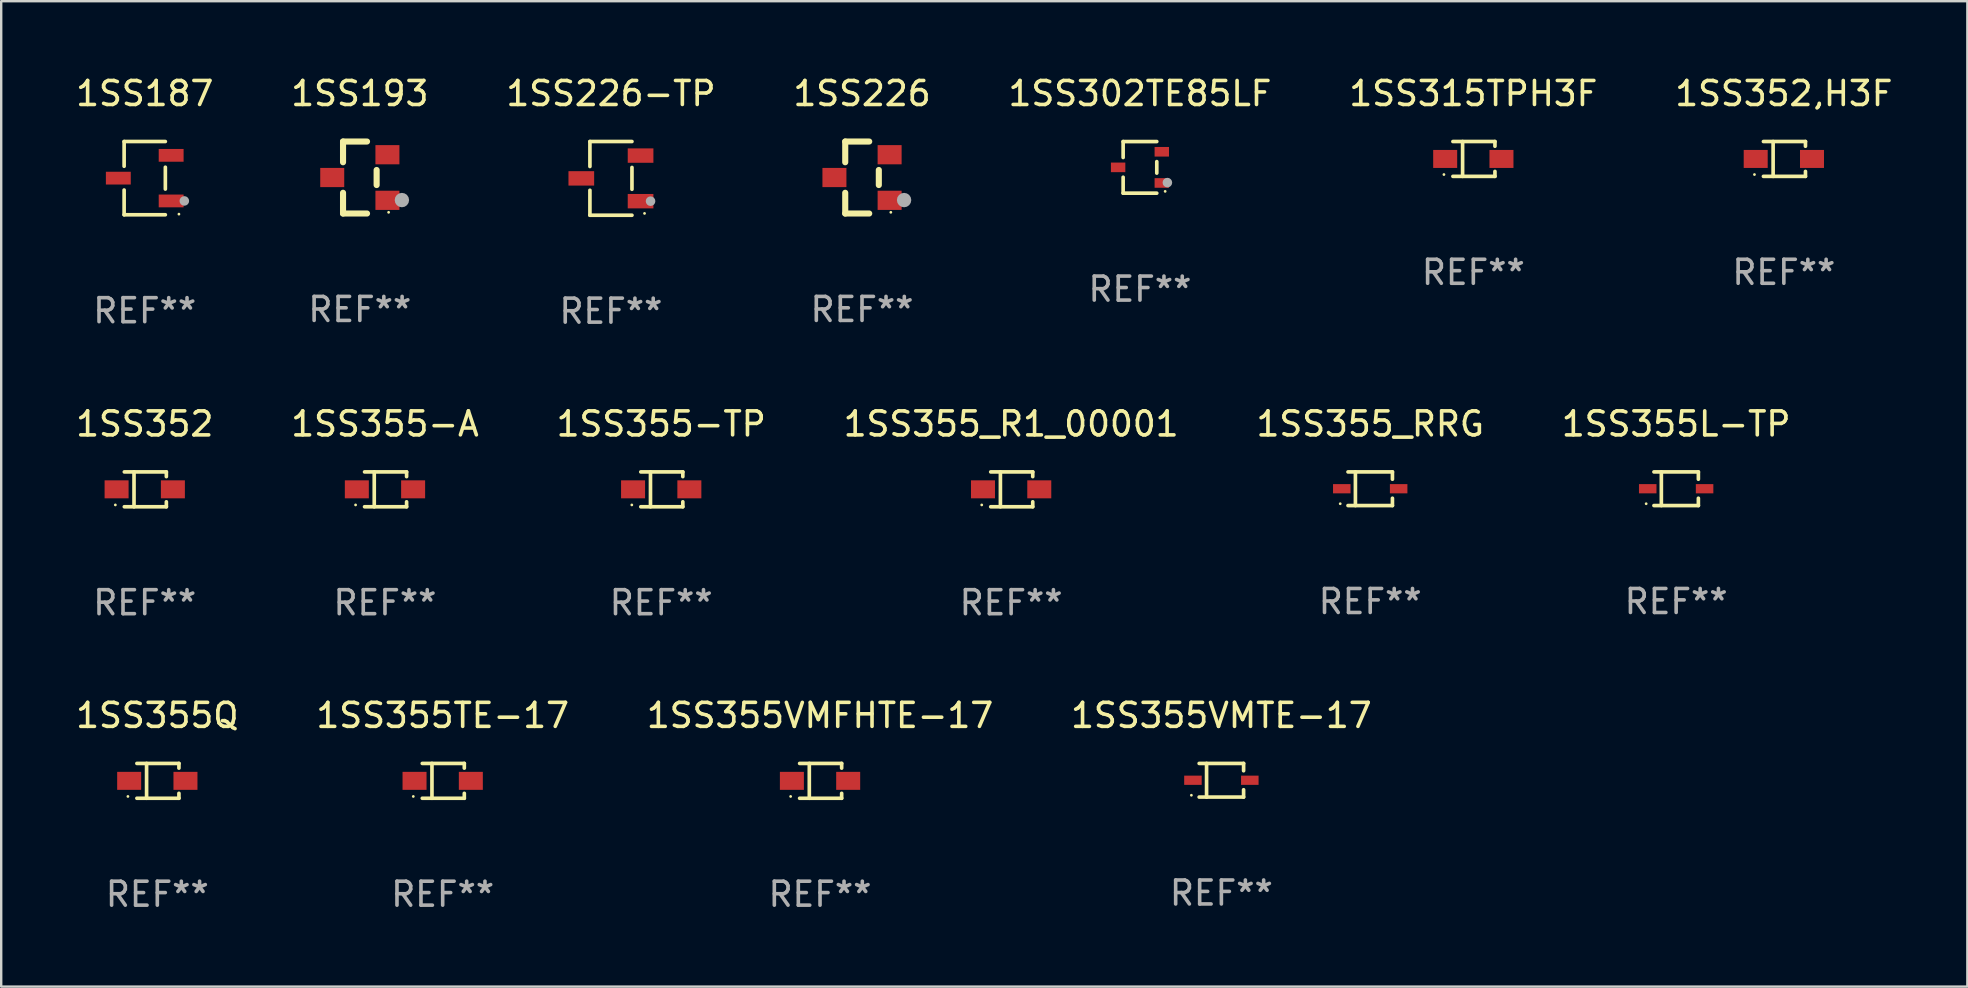
<source format=kicad_pcb>
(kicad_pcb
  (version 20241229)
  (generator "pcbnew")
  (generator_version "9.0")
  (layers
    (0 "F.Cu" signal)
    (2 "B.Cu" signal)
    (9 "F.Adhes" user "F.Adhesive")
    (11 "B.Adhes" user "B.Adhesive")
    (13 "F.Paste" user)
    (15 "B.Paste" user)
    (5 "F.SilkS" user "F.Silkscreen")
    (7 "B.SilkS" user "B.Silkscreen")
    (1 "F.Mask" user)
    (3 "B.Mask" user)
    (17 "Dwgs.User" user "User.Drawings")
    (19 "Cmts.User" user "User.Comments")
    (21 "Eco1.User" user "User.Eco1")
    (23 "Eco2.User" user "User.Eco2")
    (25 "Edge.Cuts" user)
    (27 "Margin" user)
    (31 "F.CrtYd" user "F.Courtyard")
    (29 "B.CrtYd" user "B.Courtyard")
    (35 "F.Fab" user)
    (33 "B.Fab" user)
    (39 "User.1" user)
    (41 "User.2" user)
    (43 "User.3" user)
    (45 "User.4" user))
  (footprint "1SS315TPH3F"
    (layer "F.Cu")
    (at 58.351 3.574)
    (property "Reference" "1SS315TPH3F" (at 0 -2.726 0) (layer "F.SilkS") (effects (font (size 1 1) (thickness 0.15))))
    (attr through_hole)
    (fp_line (start -0.851 -0.726) (end 0.901 -0.726) (stroke (width 0.152) (type solid)) (layer "F.SilkS"))
    (fp_line (start -0.851 0.726) (end 0.901 0.726) (stroke (width 0.152) (type solid)) (layer "F.SilkS"))
    (fp_line (start -0.447 -0.726) (end -0.447 0.726) (stroke (width 0.152) (type solid)) (layer "F.SilkS"))
    (fp_line (start 0.901 -0.726) (end 0.901 -0.53) (stroke (width 0.152) (type solid)) (layer "F.SilkS"))
    (fp_line (start 0.901 0.726) (end 0.901 0.52) (stroke (width 0.152) (type solid)) (layer "F.SilkS"))
    (fp_circle (center -1.225 0.65) (end -1.195 0.65) (stroke (width 0.06) (type solid)) (fill no) (layer "F.SilkS"))
    (fp_text user "REF**" (at 0 4.726 0) (layer "F.Fab") (effects (font (size 1 1) (thickness 0.15))))
    (pad "1" smd rect (at -1.173 0) (size 1 0.75) (layers "F.Cu" "F.Mask" "F.Paste"))
    (pad "2" smd rect (at 1.173 0) (size 1 0.75) (layers "F.Cu" "F.Mask" "F.Paste")))
  (footprint "1SS355Q"
    (layer "F.Cu")
    (at 3.506 29.492)
    (property "Reference" "1SS355Q" (at 0 -2.726 0) (layer "F.SilkS") (effects (font (size 1 1) (thickness 0.15))))
    (attr through_hole)
    (fp_line (start -0.851 -0.726) (end 0.901 -0.726) (stroke (width 0.152) (type solid)) (layer "F.SilkS"))
    (fp_line (start -0.851 0.726) (end 0.901 0.726) (stroke (width 0.152) (type solid)) (layer "F.SilkS"))
    (fp_line (start -0.447 -0.726) (end -0.447 0.726) (stroke (width 0.152) (type solid)) (layer "F.SilkS"))
    (fp_line (start 0.901 -0.726) (end 0.901 -0.53) (stroke (width 0.152) (type solid)) (layer "F.SilkS"))
    (fp_line (start 0.901 0.726) (end 0.901 0.52) (stroke (width 0.152) (type solid)) (layer "F.SilkS"))
    (fp_circle (center -1.225 0.65) (end -1.195 0.65) (stroke (width 0.06) (type solid)) (fill no) (layer "F.SilkS"))
    (fp_text user "REF**" (at 0 4.726 0) (layer "F.Fab") (effects (font (size 1 1) (thickness 0.15))))
    (pad "1" smd rect (at -1.173 0) (size 1 0.75) (layers "F.Cu" "F.Mask" "F.Paste"))
    (pad "2" smd rect (at 1.173 0) (size 1 0.75) (layers "F.Cu" "F.Mask" "F.Paste")))
  (footprint "1SS355-TP"
    (layer "F.Cu")
    (at 24.506 17.343)
    (property "Reference" "1SS355-TP" (at 0 -2.726 0) (layer "F.SilkS") (effects (font (size 1 1) (thickness 0.15))))
    (attr through_hole)
    (fp_line (start -0.851 -0.726) (end 0.901 -0.726) (stroke (width 0.152) (type solid)) (layer "F.SilkS"))
    (fp_line (start -0.851 0.726) (end 0.901 0.726) (stroke (width 0.152) (type solid)) (layer "F.SilkS"))
    (fp_line (start -0.447 -0.726) (end -0.447 0.726) (stroke (width 0.152) (type solid)) (layer "F.SilkS"))
    (fp_line (start 0.901 -0.726) (end 0.901 -0.53) (stroke (width 0.152) (type solid)) (layer "F.SilkS"))
    (fp_line (start 0.901 0.726) (end 0.901 0.52) (stroke (width 0.152) (type solid)) (layer "F.SilkS"))
    (fp_circle (center -1.225 0.65) (end -1.195 0.65) (stroke (width 0.06) (type solid)) (fill no) (layer "F.SilkS"))
    (fp_text user "REF**" (at 0 4.726 0) (layer "F.Fab") (effects (font (size 1 1) (thickness 0.15))))
    (pad "1" smd rect (at -1.173 0) (size 1 0.75) (layers "F.Cu" "F.Mask" "F.Paste"))
    (pad "2" smd rect (at 1.173 0) (size 1 0.75) (layers "F.Cu" "F.Mask" "F.Paste")))
  (footprint "1SS193"
    (layer "F.Cu")
    (at 11.946 4.348)
    (property "Reference" "1SS193" (at 0 -3.5 0) (layer "F.SilkS") (effects (font (size 1 1) (thickness 0.15))))
    (attr through_hole)
    (fp_line (start -0.7 -1.5) (end 0.3 -1.5) (stroke (width 0.254) (type solid)) (layer "F.SilkS"))
    (fp_line (start -0.7 -0.636) (end -0.7 -1.5) (stroke (width 0.254) (type solid)) (layer "F.SilkS"))
    (fp_line (start -0.7 1.5) (end -0.7 0.636) (stroke (width 0.254) (type solid)) (layer "F.SilkS"))
    (fp_line (start -0.7 1.5) (end 0.3 1.5) (stroke (width 0.254) (type solid)) (layer "F.SilkS"))
    (fp_line (start 0.7 0.314) (end 0.7 -0.314) (stroke (width 0.254) (type solid)) (layer "F.SilkS"))
    (fp_circle (center 1.2 1.45) (end 1.23 1.45) (stroke (width 0.06) (type solid)) (fill no) (layer "F.SilkS"))
    (fp_circle (center 1.753 0.94) (end 1.903 0.94) (stroke (width 0.3) (type solid)) (fill no) (layer "F.Fab"))
    (fp_text user "REF**" (at 0 5.5 0) (layer "F.Fab") (effects (font (size 1 1) (thickness 0.15))))
    (pad "1" smd rect (at 1.15 0.95 180) (size 1 0.8) (layers "F.Cu" "F.Mask" "F.Paste"))
    (pad "2" smd rect (at 1.15 -0.95 180) (size 1 0.8) (layers "F.Cu" "F.Mask" "F.Paste"))
    (pad "3" smd rect (at -1.15 -0.000051 180) (size 1 0.8) (layers "F.Cu" "F.Mask" "F.Paste")))
  (footprint "1SS302TE85LF"
    (layer "F.Cu")
    (at 44.458 3.925)
    (property "Reference" "1SS302TE85LF" (at 0 -3.076 0) (layer "F.SilkS") (effects (font (size 1 1) (thickness 0.15))))
    (attr through_hole)
    (fp_line (start -0.701 -1.076) (end -0.701 -0.411) (stroke (width 0.152) (type solid)) (layer "F.SilkS"))
    (fp_line (start -0.701 1.076) (end -0.701 0.411) (stroke (width 0.152) (type solid)) (layer "F.SilkS"))
    (fp_line (start 0.701 -1.076) (end -0.701 -1.076) (stroke (width 0.152) (type solid)) (layer "F.SilkS"))
    (fp_line (start 0.701 -0.239) (end 0.701 0.239) (stroke (width 0.152) (type solid)) (layer "F.SilkS"))
    (fp_line (start 0.701 1.076) (end -0.701 1.076) (stroke (width 0.152) (type solid)) (layer "F.SilkS"))
    (fp_circle (center 1.05 1) (end 1.08 1) (stroke (width 0.06) (type solid)) (fill no) (layer "F.SilkS"))
    (fp_circle (center 1.143 0.635) (end 1.243 0.635) (stroke (width 0.2) (type solid)) (fill no) (layer "F.Fab"))
    (fp_text user "REF**" (at 0 5.076 0) (layer "F.Fab") (effects (font (size 1 1) (thickness 0.15))))
    (pad "1" smd rect (at 0.91 0.65) (size 0.6 0.4) (layers "F.Cu" "F.Mask" "F.Paste"))
    (pad "2" smd rect (at 0.91 -0.65) (size 0.6 0.4) (layers "F.Cu" "F.Mask" "F.Paste"))
    (pad "3" smd rect (at -0.91 0) (size 0.6 0.4) (layers "F.Cu" "F.Mask" "F.Paste")))
  (footprint "1SS226"
    (layer "F.Cu")
    (at 32.875 4.348)
    (property "Reference" "1SS226" (at 0 -3.5 0) (layer "F.SilkS") (effects (font (size 1 1) (thickness 0.15))))
    (attr through_hole)
    (fp_line (start -0.7 -1.5) (end 0.3 -1.5) (stroke (width 0.254) (type solid)) (layer "F.SilkS"))
    (fp_line (start -0.7 -0.636) (end -0.7 -1.5) (stroke (width 0.254) (type solid)) (layer "F.SilkS"))
    (fp_line (start -0.7 1.5) (end -0.7 0.636) (stroke (width 0.254) (type solid)) (layer "F.SilkS"))
    (fp_line (start -0.7 1.5) (end 0.3 1.5) (stroke (width 0.254) (type solid)) (layer "F.SilkS"))
    (fp_line (start 0.7 0.314) (end 0.7 -0.314) (stroke (width 0.254) (type solid)) (layer "F.SilkS"))
    (fp_circle (center 1.2 1.45) (end 1.23 1.45) (stroke (width 0.06) (type solid)) (fill no) (layer "F.SilkS"))
    (fp_circle (center 1.753 0.94) (end 1.903 0.94) (stroke (width 0.3) (type solid)) (fill no) (layer "F.Fab"))
    (fp_text user "REF**" (at 0 5.5 0) (layer "F.Fab") (effects (font (size 1 1) (thickness 0.15))))
    (pad "1" smd rect (at 1.15 0.95 180) (size 1 0.8) (layers "F.Cu" "F.Mask" "F.Paste"))
    (pad "2" smd rect (at 1.15 -0.95 180) (size 1 0.8) (layers "F.Cu" "F.Mask" "F.Paste"))
    (pad "3" smd rect (at -1.15 -0.000051 180) (size 1 0.8) (layers "F.Cu" "F.Mask" "F.Paste")))
  (footprint "1SS355_RRG"
    (layer "F.Cu")
    (at 54.054 17.318)
    (property "Reference" "1SS355_RRG" (at 0 -2.701 0) (layer "F.SilkS") (effects (font (size 1 1) (thickness 0.15))))
    (attr through_hole)
    (fp_line (start -0.926 -0.701) (end 0.926 -0.701) (stroke (width 0.152) (type solid)) (layer "F.SilkS"))
    (fp_line (start -0.926 0.701) (end 0.926 0.701) (stroke (width 0.152) (type solid)) (layer "F.SilkS"))
    (fp_line (start -0.617 -0.701) (end -0.617 0.701) (stroke (width 0.152) (type solid)) (layer "F.SilkS"))
    (fp_line (start 0.926 -0.701) (end 0.926 -0.396) (stroke (width 0.152) (type solid)) (layer "F.SilkS"))
    (fp_line (start 0.926 0.701) (end 0.926 0.396) (stroke (width 0.152) (type solid)) (layer "F.SilkS"))
    (fp_circle (center -1.25 0.625) (end -1.22 0.625) (stroke (width 0.06) (type solid)) (fill no) (layer "F.SilkS"))
    (fp_text user "REF**" (at 0 4.701 0) (layer "F.Fab") (effects (font (size 1 1) (thickness 0.15))))
    (pad "1" smd rect (at -1.185 0 180) (size 0.73 0.385) (layers "F.Cu" "F.Mask" "F.Paste"))
    (pad "2" smd rect (at 1.185 0 180) (size 0.73 0.385) (layers "F.Cu" "F.Mask" "F.Paste")))
  (footprint "1SS355-A"
    (layer "F.Cu")
    (at 12.994 17.343)
    (property "Reference" "1SS355-A" (at 0 -2.726 0) (layer "F.SilkS") (effects (font (size 1 1) (thickness 0.15))))
    (attr through_hole)
    (fp_line (start -0.851 -0.726) (end 0.901 -0.726) (stroke (width 0.152) (type solid)) (layer "F.SilkS"))
    (fp_line (start -0.851 0.726) (end 0.901 0.726) (stroke (width 0.152) (type solid)) (layer "F.SilkS"))
    (fp_line (start -0.447 -0.726) (end -0.447 0.726) (stroke (width 0.152) (type solid)) (layer "F.SilkS"))
    (fp_line (start 0.901 -0.726) (end 0.901 -0.53) (stroke (width 0.152) (type solid)) (layer "F.SilkS"))
    (fp_line (start 0.901 0.726) (end 0.901 0.52) (stroke (width 0.152) (type solid)) (layer "F.SilkS"))
    (fp_circle (center -1.225 0.65) (end -1.195 0.65) (stroke (width 0.06) (type solid)) (fill no) (layer "F.SilkS"))
    (fp_text user "REF**" (at 0 4.726 0) (layer "F.Fab") (effects (font (size 1 1) (thickness 0.15))))
    (pad "1" smd rect (at -1.173 0) (size 1 0.75) (layers "F.Cu" "F.Mask" "F.Paste"))
    (pad "2" smd rect (at 1.173 0) (size 1 0.75) (layers "F.Cu" "F.Mask" "F.Paste")))
  (footprint "1SS355TE-17"
    (layer "F.Cu")
    (at 15.399 29.492)
    (property "Reference" "1SS355TE-17" (at 0 -2.726 0) (layer "F.SilkS") (effects (font (size 1 1) (thickness 0.15))))
    (attr through_hole)
    (fp_line (start -0.851 -0.726) (end 0.901 -0.726) (stroke (width 0.152) (type solid)) (layer "F.SilkS"))
    (fp_line (start -0.851 0.726) (end 0.901 0.726) (stroke (width 0.152) (type solid)) (layer "F.SilkS"))
    (fp_line (start -0.447 -0.726) (end -0.447 0.726) (stroke (width 0.152) (type solid)) (layer "F.SilkS"))
    (fp_line (start 0.901 -0.726) (end 0.901 -0.53) (stroke (width 0.152) (type solid)) (layer "F.SilkS"))
    (fp_line (start 0.901 0.726) (end 0.901 0.52) (stroke (width 0.152) (type solid)) (layer "F.SilkS"))
    (fp_circle (center -1.225 0.65) (end -1.195 0.65) (stroke (width 0.06) (type solid)) (fill no) (layer "F.SilkS"))
    (fp_text user "REF**" (at 0 4.726 0) (layer "F.Fab") (effects (font (size 1 1) (thickness 0.15))))
    (pad "1" smd rect (at -1.173 0) (size 1 0.75) (layers "F.Cu" "F.Mask" "F.Paste"))
    (pad "2" smd rect (at 1.173 0) (size 1 0.75) (layers "F.Cu" "F.Mask" "F.Paste")))
  (footprint "1SS187"
    (layer "F.Cu")
    (at 2.982 4.374)
    (property "Reference" "1SS187" (at 0 -3.526 0) (layer "F.SilkS") (effects (font (size 1 1) (thickness 0.15))))
    (attr through_hole)
    (fp_line (start -0.859 -1.526) (end -0.859 -0.495) (stroke (width 0.152) (type solid)) (layer "F.SilkS"))
    (fp_line (start -0.859 1.526) (end -0.859 0.495) (stroke (width 0.152) (type solid)) (layer "F.SilkS"))
    (fp_line (start 0.859 -1.526) (end -0.859 -1.526) (stroke (width 0.152) (type solid)) (layer "F.SilkS"))
    (fp_line (start 0.859 -0.455) (end 0.859 0.455) (stroke (width 0.152) (type solid)) (layer "F.SilkS"))
    (fp_line (start 0.859 1.526) (end -0.859 1.526) (stroke (width 0.152) (type solid)) (layer "F.SilkS"))
    (fp_circle (center 1.425 1.5) (end 1.455 1.5) (stroke (width 0.06) (type solid)) (fill no) (layer "F.SilkS"))
    (fp_circle (center 1.65 0.95) (end 1.75 0.95) (stroke (width 0.2) (type solid)) (fill no) (layer "F.Fab"))
    (fp_text user "REF**" (at 0 5.526 0) (layer "F.Fab") (effects (font (size 1 1) (thickness 0.15))))
    (pad "1" smd rect (at 1.101 0.95) (size 1.037 0.532) (layers "F.Cu" "F.Mask" "F.Paste"))
    (pad "2" smd rect (at 1.101 -0.95) (size 1.037 0.532) (layers "F.Cu" "F.Mask" "F.Paste"))
    (pad "3" smd rect (at -1.101 0) (size 1.037 0.532) (layers "F.Cu" "F.Mask" "F.Paste")))
  (footprint "1SS226-TP"
    (layer "F.Cu")
    (at 22.411 4.384)
    (property "Reference" "1SS226-TP" (at 0 -3.536 0) (layer "F.SilkS") (effects (font (size 1 1) (thickness 0.15))))
    (attr through_hole)
    (fp_line (start -0.876 -1.536) (end -0.876 -0.495) (stroke (width 0.152) (type solid)) (layer "F.SilkS"))
    (fp_line (start -0.876 1.536) (end -0.876 0.495) (stroke (width 0.152) (type solid)) (layer "F.SilkS"))
    (fp_line (start 0.876 -1.536) (end -0.876 -1.536) (stroke (width 0.152) (type solid)) (layer "F.SilkS"))
    (fp_line (start 0.876 -0.455) (end 0.876 0.455) (stroke (width 0.152) (type solid)) (layer "F.SilkS"))
    (fp_line (start 0.876 1.536) (end -0.876 1.536) (stroke (width 0.152) (type solid)) (layer "F.SilkS"))
    (fp_circle (center 1.4 1.46) (end 1.43 1.46) (stroke (width 0.06) (type solid)) (fill no) (layer "F.SilkS"))
    (fp_circle (center 1.651 0.95) (end 1.751 0.95) (stroke (width 0.2) (type solid)) (fill no) (layer "F.Fab"))
    (fp_text user "REF**" (at 0 5.536 0) (layer "F.Fab") (effects (font (size 1 1) (thickness 0.15))))
    (pad "1" smd rect (at 1.235 0.95) (size 1.07 0.6) (layers "F.Cu" "F.Mask" "F.Paste"))
    (pad "2" smd rect (at 1.235 -0.95) (size 1.07 0.6) (layers "F.Cu" "F.Mask" "F.Paste"))
    (pad "3" smd rect (at -1.235 0) (size 1.07 0.6) (layers "F.Cu" "F.Mask" "F.Paste")))
  (footprint "1SS355L-TP"
    (layer "F.Cu")
    (at 66.804 17.318)
    (property "Reference" "1SS355L-TP" (at 0 -2.701 0) (layer "F.SilkS") (effects (font (size 1 1) (thickness 0.15))))
    (attr through_hole)
    (fp_line (start -0.926 -0.701) (end 0.926 -0.701) (stroke (width 0.152) (type solid)) (layer "F.SilkS"))
    (fp_line (start -0.926 0.701) (end 0.926 0.701) (stroke (width 0.152) (type solid)) (layer "F.SilkS"))
    (fp_line (start -0.617 -0.701) (end -0.617 0.701) (stroke (width 0.152) (type solid)) (layer "F.SilkS"))
    (fp_line (start 0.926 -0.701) (end 0.926 -0.396) (stroke (width 0.152) (type solid)) (layer "F.SilkS"))
    (fp_line (start 0.926 0.701) (end 0.926 0.396) (stroke (width 0.152) (type solid)) (layer "F.SilkS"))
    (fp_circle (center -1.25 0.625) (end -1.22 0.625) (stroke (width 0.06) (type solid)) (fill no) (layer "F.SilkS"))
    (fp_text user "REF**" (at 0 4.701 0) (layer "F.Fab") (effects (font (size 1 1) (thickness 0.15))))
    (pad "1" smd rect (at -1.185 0 180) (size 0.73 0.385) (layers "F.Cu" "F.Mask" "F.Paste"))
    (pad "2" smd rect (at 1.185 0 180) (size 0.73 0.385) (layers "F.Cu" "F.Mask" "F.Paste")))
  (footprint "1SS355VMFHTE-17"
    (layer "F.Cu")
    (at 31.125 29.492)
    (property "Reference" "1SS355VMFHTE-17" (at 0 -2.726 0) (layer "F.SilkS") (effects (font (size 1 1) (thickness 0.15))))
    (attr through_hole)
    (fp_line (start -0.851 -0.726) (end 0.901 -0.726) (stroke (width 0.152) (type solid)) (layer "F.SilkS"))
    (fp_line (start -0.851 0.726) (end 0.901 0.726) (stroke (width 0.152) (type solid)) (layer "F.SilkS"))
    (fp_line (start -0.447 -0.726) (end -0.447 0.726) (stroke (width 0.152) (type solid)) (layer "F.SilkS"))
    (fp_line (start 0.901 -0.726) (end 0.901 -0.53) (stroke (width 0.152) (type solid)) (layer "F.SilkS"))
    (fp_line (start 0.901 0.726) (end 0.901 0.52) (stroke (width 0.152) (type solid)) (layer "F.SilkS"))
    (fp_circle (center -1.225 0.65) (end -1.195 0.65) (stroke (width 0.06) (type solid)) (fill no) (layer "F.SilkS"))
    (fp_text user "REF**" (at 0 4.726 0) (layer "F.Fab") (effects (font (size 1 1) (thickness 0.15))))
    (pad "1" smd rect (at -1.173 0) (size 1 0.75) (layers "F.Cu" "F.Mask" "F.Paste"))
    (pad "2" smd rect (at 1.173 0) (size 1 0.75) (layers "F.Cu" "F.Mask" "F.Paste")))
  (footprint "1SS355_R1_00001"
    (layer "F.Cu")
    (at 39.089 17.343)
    (property "Reference" "1SS355_R1_00001" (at 0 -2.726 0) (layer "F.SilkS") (effects (font (size 1 1) (thickness 0.15))))
    (attr through_hole)
    (fp_line (start -0.851 -0.726) (end 0.901 -0.726) (stroke (width 0.152) (type solid)) (layer "F.SilkS"))
    (fp_line (start -0.851 0.726) (end 0.901 0.726) (stroke (width 0.152) (type solid)) (layer "F.SilkS"))
    (fp_line (start -0.447 -0.726) (end -0.447 0.726) (stroke (width 0.152) (type solid)) (layer "F.SilkS"))
    (fp_line (start 0.901 -0.726) (end 0.901 -0.53) (stroke (width 0.152) (type solid)) (layer "F.SilkS"))
    (fp_line (start 0.901 0.726) (end 0.901 0.52) (stroke (width 0.152) (type solid)) (layer "F.SilkS"))
    (fp_circle (center -1.225 0.65) (end -1.195 0.65) (stroke (width 0.06) (type solid)) (fill no) (layer "F.SilkS"))
    (fp_text user "REF**" (at 0 4.726 0) (layer "F.Fab") (effects (font (size 1 1) (thickness 0.15))))
    (pad "1" smd rect (at -1.173 0) (size 1 0.75) (layers "F.Cu" "F.Mask" "F.Paste"))
    (pad "2" smd rect (at 1.173 0) (size 1 0.75) (layers "F.Cu" "F.Mask" "F.Paste")))
  (footprint "1SS352,H3F"
    (layer "F.Cu")
    (at 71.292 3.574)
    (property "Reference" "1SS352,H3F" (at 0 -2.726 0) (layer "F.SilkS") (effects (font (size 1 1) (thickness 0.15))))
    (attr through_hole)
    (fp_line (start -0.851 -0.726) (end 0.901 -0.726) (stroke (width 0.152) (type solid)) (layer "F.SilkS"))
    (fp_line (start -0.851 0.726) (end 0.901 0.726) (stroke (width 0.152) (type solid)) (layer "F.SilkS"))
    (fp_line (start -0.447 -0.726) (end -0.447 0.726) (stroke (width 0.152) (type solid)) (layer "F.SilkS"))
    (fp_line (start 0.901 -0.726) (end 0.901 -0.53) (stroke (width 0.152) (type solid)) (layer "F.SilkS"))
    (fp_line (start 0.901 0.726) (end 0.901 0.52) (stroke (width 0.152) (type solid)) (layer "F.SilkS"))
    (fp_circle (center -1.225 0.65) (end -1.195 0.65) (stroke (width 0.06) (type solid)) (fill no) (layer "F.SilkS"))
    (fp_text user "REF**" (at 0 4.726 0) (layer "F.Fab") (effects (font (size 1 1) (thickness 0.15))))
    (pad "1" smd rect (at -1.173 0) (size 1 0.75) (layers "F.Cu" "F.Mask" "F.Paste"))
    (pad "2" smd rect (at 1.173 0) (size 1 0.75) (layers "F.Cu" "F.Mask" "F.Paste")))
  (footprint "1SS355VMTE-17"
    (layer "F.Cu")
    (at 47.851 29.467)
    (property "Reference" "1SS355VMTE-17" (at 0 -2.701 0) (layer "F.SilkS") (effects (font (size 1 1) (thickness 0.15))))
    (attr through_hole)
    (fp_line (start -0.926 -0.701) (end 0.926 -0.701) (stroke (width 0.152) (type solid)) (layer "F.SilkS"))
    (fp_line (start -0.926 0.701) (end 0.926 0.701) (stroke (width 0.152) (type solid)) (layer "F.SilkS"))
    (fp_line (start -0.617 -0.701) (end -0.617 0.701) (stroke (width 0.152) (type solid)) (layer "F.SilkS"))
    (fp_line (start 0.926 -0.701) (end 0.926 -0.396) (stroke (width 0.152) (type solid)) (layer "F.SilkS"))
    (fp_line (start 0.926 0.701) (end 0.926 0.396) (stroke (width 0.152) (type solid)) (layer "F.SilkS"))
    (fp_circle (center -1.25 0.625) (end -1.22 0.625) (stroke (width 0.06) (type solid)) (fill no) (layer "F.SilkS"))
    (fp_text user "REF**" (at 0 4.701 0) (layer "F.Fab") (effects (font (size 1 1) (thickness 0.15))))
    (pad "1" smd rect (at -1.185 0 180) (size 0.73 0.385) (layers "F.Cu" "F.Mask" "F.Paste"))
    (pad "2" smd rect (at 1.185 0 180) (size 0.73 0.385) (layers "F.Cu" "F.Mask" "F.Paste")))
  (footprint "1SS352"
    (layer "F.Cu")
    (at 2.982 17.343)
    (property "Reference" "1SS352" (at 0 -2.726 0) (layer "F.SilkS") (effects (font (size 1 1) (thickness 0.15))))
    (attr through_hole)
    (fp_line (start -0.851 -0.726) (end 0.901 -0.726) (stroke (width 0.152) (type solid)) (layer "F.SilkS"))
    (fp_line (start -0.851 0.726) (end 0.901 0.726) (stroke (width 0.152) (type solid)) (layer "F.SilkS"))
    (fp_line (start -0.447 -0.726) (end -0.447 0.726) (stroke (width 0.152) (type solid)) (layer "F.SilkS"))
    (fp_line (start 0.901 -0.726) (end 0.901 -0.53) (stroke (width 0.152) (type solid)) (layer "F.SilkS"))
    (fp_line (start 0.901 0.726) (end 0.901 0.52) (stroke (width 0.152) (type solid)) (layer "F.SilkS"))
    (fp_circle (center -1.225 0.65) (end -1.195 0.65) (stroke (width 0.06) (type solid)) (fill no) (layer "F.SilkS"))
    (fp_text user "REF**" (at 0 4.726 0) (layer "F.Fab") (effects (font (size 1 1) (thickness 0.15))))
    (pad "1" smd rect (at -1.173 0) (size 1 0.75) (layers "F.Cu" "F.Mask" "F.Paste"))
    (pad "2" smd rect (at 1.173 0) (size 1 0.75) (layers "F.Cu" "F.Mask" "F.Paste")))
  (gr_rect
    (start -3 -3)
    (end 78.94 38.067)
    (stroke (width 0.1) (type default))
    (fill no)
    (layer "Edge.Cuts")))
</source>
